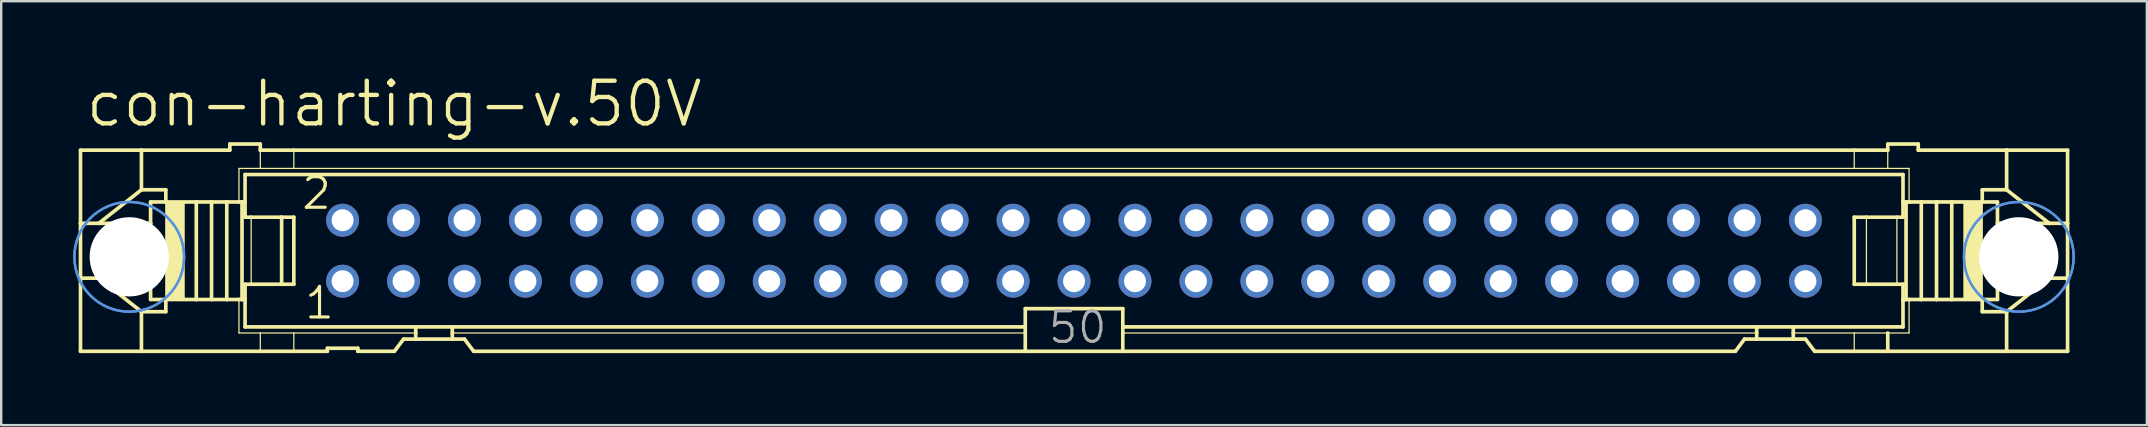
<source format=kicad_pcb>
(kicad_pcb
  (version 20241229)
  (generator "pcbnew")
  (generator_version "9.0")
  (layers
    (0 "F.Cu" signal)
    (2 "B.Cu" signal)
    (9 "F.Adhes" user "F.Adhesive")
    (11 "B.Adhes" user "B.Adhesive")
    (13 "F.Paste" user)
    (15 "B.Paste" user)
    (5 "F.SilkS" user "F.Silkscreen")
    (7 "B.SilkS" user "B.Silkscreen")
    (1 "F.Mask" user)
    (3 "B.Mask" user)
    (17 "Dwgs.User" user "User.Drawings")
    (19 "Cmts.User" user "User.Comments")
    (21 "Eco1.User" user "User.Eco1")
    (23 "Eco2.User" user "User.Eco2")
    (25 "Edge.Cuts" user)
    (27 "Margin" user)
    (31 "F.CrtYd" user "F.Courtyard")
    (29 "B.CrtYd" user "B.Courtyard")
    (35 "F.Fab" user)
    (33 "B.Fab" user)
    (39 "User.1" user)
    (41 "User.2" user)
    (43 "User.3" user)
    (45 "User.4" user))
  (footprint "con-harting-v.50V"
    (layer "F.Cu")
    (at 41.706 7.398)
    (property "Reference" "con-harting-v.50V" (at -41.275 -5.08 0) (layer "F.SilkS") (effects (font (size 1.778 1.778) (thickness 0.18)) (justify left bottom)))
    (attr through_hole)
    (fp_line (start -41.402 -4.191) (end -41.402 -1.143) (stroke (width 0.152) (type default)) (layer "F.SilkS"))
    (fp_line (start -41.402 -4.191) (end -38.862 -4.191) (stroke (width 0.152) (type default)) (layer "F.SilkS"))
    (fp_line (start -41.402 -1.143) (end -41.402 1.143) (stroke (width 0.152) (type default)) (layer "F.SilkS"))
    (fp_line (start -41.402 -1.143) (end -40.64 -1.143) (stroke (width 0.152) (type default)) (layer "F.SilkS"))
    (fp_line (start -41.402 1.143) (end -41.402 4.191) (stroke (width 0.152) (type default)) (layer "F.SilkS"))
    (fp_line (start -41.402 1.143) (end -40.64 1.143) (stroke (width 0.152) (type default)) (layer "F.SilkS"))
    (fp_line (start -40.64 -1.143) (end -38.481 -1.143) (stroke (width 0.152) (type default)) (layer "F.SilkS"))
    (fp_line (start -40.64 1.143) (end -38.481 1.143) (stroke (width 0.152) (type default)) (layer "F.SilkS"))
    (fp_line (start -38.862 -4.191) (end -38.862 -2.54) (stroke (width 0.152) (type default)) (layer "F.SilkS"))
    (fp_line (start -38.862 -2.54) (end -40.64 -1.143) (stroke (width 0.152) (type default)) (layer "F.SilkS"))
    (fp_line (start -38.862 2.54) (end -40.64 1.143) (stroke (width 0.152) (type default)) (layer "F.SilkS"))
    (fp_line (start -38.862 2.54) (end -38.862 4.191) (stroke (width 0.152) (type default)) (layer "F.SilkS"))
    (fp_line (start -38.862 4.191) (end -41.402 4.191) (stroke (width 0.152) (type default)) (layer "F.SilkS"))
    (fp_line (start -38.481 -1.143) (end -38.481 -2.032) (stroke (width 0.152) (type default)) (layer "F.SilkS"))
    (fp_line (start -38.481 1.143) (end -38.481 -1.143) (stroke (width 0.152) (type default)) (layer "F.SilkS"))
    (fp_line (start -38.481 2.032) (end -38.481 1.143) (stroke (width 0.152) (type default)) (layer "F.SilkS"))
    (fp_line (start -37.846 -2.54) (end -38.862 -2.54) (stroke (width 0.152) (type default)) (layer "F.SilkS"))
    (fp_line (start -37.846 -2.54) (end -37.846 -2.032) (stroke (width 0.152) (type default)) (layer "F.SilkS"))
    (fp_line (start -37.846 -2.032) (end -38.481 -2.032) (stroke (width 0.152) (type default)) (layer "F.SilkS"))
    (fp_line (start -37.846 2.032) (end -38.481 2.032) (stroke (width 0.152) (type default)) (layer "F.SilkS"))
    (fp_line (start -37.846 2.032) (end -37.846 2.54) (stroke (width 0.152) (type default)) (layer "F.SilkS"))
    (fp_line (start -37.846 2.54) (end -38.862 2.54) (stroke (width 0.152) (type default)) (layer "F.SilkS"))
    (fp_line (start -36.576 -2.032) (end -37.846 -2.032) (stroke (width 0.152) (type default)) (layer "F.SilkS"))
    (fp_line (start -36.576 2.032) (end -37.846 2.032) (stroke (width 0.152) (type default)) (layer "F.SilkS"))
    (fp_line (start -36.576 2.032) (end -36.576 -2.032) (stroke (width 0.152) (type default)) (layer "F.SilkS"))
    (fp_line (start -35.941 -2.032) (end -36.576 -2.032) (stroke (width 0.152) (type default)) (layer "F.SilkS"))
    (fp_line (start -35.941 2.032) (end -36.576 2.032) (stroke (width 0.152) (type default)) (layer "F.SilkS"))
    (fp_line (start -35.941 2.032) (end -35.941 -2.032) (stroke (width 0.152) (type default)) (layer "F.SilkS"))
    (fp_line (start -35.306 -2.032) (end -35.941 -2.032) (stroke (width 0.152) (type default)) (layer "F.SilkS"))
    (fp_line (start -35.306 2.032) (end -35.941 2.032) (stroke (width 0.152) (type default)) (layer "F.SilkS"))
    (fp_line (start -35.306 2.032) (end -35.306 -2.032) (stroke (width 0.152) (type default)) (layer "F.SilkS"))
    (fp_line (start -35.179 -4.445) (end -35.179 -4.191) (stroke (width 0.152) (type default)) (layer "F.SilkS"))
    (fp_line (start -35.179 -4.445) (end -33.909 -4.445) (stroke (width 0.152) (type default)) (layer "F.SilkS"))
    (fp_line (start -35.179 -4.191) (end -38.862 -4.191) (stroke (width 0.152) (type default)) (layer "F.SilkS"))
    (fp_line (start -34.798 -3.429) (end -34.798 -2.032) (stroke (width 0.051) (type default)) (layer "F.SilkS"))
    (fp_line (start -34.798 -2.032) (end -35.306 -2.032) (stroke (width 0.152) (type default)) (layer "F.SilkS"))
    (fp_line (start -34.798 2.032) (end -35.306 2.032) (stroke (width 0.152) (type default)) (layer "F.SilkS"))
    (fp_line (start -34.798 3.429) (end -34.798 2.032) (stroke (width 0.051) (type default)) (layer "F.SilkS"))
    (fp_line (start -34.671 -2.032) (end -34.798 -2.032) (stroke (width 0.152) (type default)) (layer "F.SilkS"))
    (fp_line (start -34.671 2.032) (end -34.798 2.032) (stroke (width 0.152) (type default)) (layer "F.SilkS"))
    (fp_line (start -34.671 2.032) (end -34.671 -2.032) (stroke (width 0.152) (type default)) (layer "F.SilkS"))
    (fp_line (start -34.544 -3.175) (end 34.544 -3.175) (stroke (width 0.152) (type default)) (layer "F.SilkS"))
    (fp_line (start -34.544 -2.032) (end -34.671 -2.032) (stroke (width 0.152) (type default)) (layer "F.SilkS"))
    (fp_line (start -34.544 -2.032) (end -34.544 -3.175) (stroke (width 0.152) (type default)) (layer "F.SilkS"))
    (fp_line (start -34.544 -1.397) (end -34.544 -2.032) (stroke (width 0.152) (type default)) (layer "F.SilkS"))
    (fp_line (start -34.544 -1.397) (end -34.29 -1.397) (stroke (width 0.152) (type default)) (layer "F.SilkS"))
    (fp_line (start -34.544 2.032) (end -34.671 2.032) (stroke (width 0.152) (type default)) (layer "F.SilkS"))
    (fp_line (start -34.544 2.032) (end -34.544 1.397) (stroke (width 0.152) (type default)) (layer "F.SilkS"))
    (fp_line (start -34.544 3.175) (end -34.544 2.032) (stroke (width 0.152) (type default)) (layer "F.SilkS"))
    (fp_line (start -34.29 -1.397) (end -33.02 -1.397) (stroke (width 0.152) (type default)) (layer "F.SilkS"))
    (fp_line (start -34.29 1.397) (end -34.544 1.397) (stroke (width 0.152) (type default)) (layer "F.SilkS"))
    (fp_line (start -34.29 1.397) (end -34.29 -1.397) (stroke (width 0.051) (type default)) (layer "F.SilkS"))
    (fp_line (start -33.909 -4.445) (end -33.909 -4.191) (stroke (width 0.152) (type default)) (layer "F.SilkS"))
    (fp_line (start -33.909 -3.429) (end -34.798 -3.429) (stroke (width 0.051) (type default)) (layer "F.SilkS"))
    (fp_line (start -33.909 -3.429) (end -33.909 -4.191) (stroke (width 0.051) (type default)) (layer "F.SilkS"))
    (fp_line (start -33.909 -3.429) (end -32.512 -3.429) (stroke (width 0.051) (type default)) (layer "F.SilkS"))
    (fp_line (start -33.909 3.429) (end -34.798 3.429) (stroke (width 0.051) (type default)) (layer "F.SilkS"))
    (fp_line (start -33.909 4.191) (end -38.862 4.191) (stroke (width 0.152) (type default)) (layer "F.SilkS"))
    (fp_line (start -33.909 4.191) (end -33.909 3.429) (stroke (width 0.051) (type default)) (layer "F.SilkS"))
    (fp_line (start -33.02 -1.397) (end -32.512 -1.397) (stroke (width 0.152) (type default)) (layer "F.SilkS"))
    (fp_line (start -33.02 1.397) (end -34.29 1.397) (stroke (width 0.152) (type default)) (layer "F.SilkS"))
    (fp_line (start -33.02 1.397) (end -33.02 -1.397) (stroke (width 0.152) (type default)) (layer "F.SilkS"))
    (fp_line (start -32.512 -4.191) (end -33.909 -4.191) (stroke (width 0.152) (type default)) (layer "F.SilkS"))
    (fp_line (start -32.512 -4.191) (end 32.512 -4.191) (stroke (width 0.152) (type default)) (layer "F.SilkS"))
    (fp_line (start -32.512 -3.429) (end -32.512 -4.191) (stroke (width 0.051) (type default)) (layer "F.SilkS"))
    (fp_line (start -32.512 -3.429) (end 32.512 -3.429) (stroke (width 0.051) (type default)) (layer "F.SilkS"))
    (fp_line (start -32.512 1.397) (end -33.02 1.397) (stroke (width 0.152) (type default)) (layer "F.SilkS"))
    (fp_line (start -32.512 1.397) (end -32.512 -1.397) (stroke (width 0.152) (type default)) (layer "F.SilkS"))
    (fp_line (start -32.512 3.429) (end -33.909 3.429) (stroke (width 0.051) (type default)) (layer "F.SilkS"))
    (fp_line (start -32.512 4.191) (end -33.909 4.191) (stroke (width 0.152) (type default)) (layer "F.SilkS"))
    (fp_line (start -32.512 4.191) (end -32.512 3.429) (stroke (width 0.051) (type default)) (layer "F.SilkS"))
    (fp_line (start -31.115 4.191) (end -32.512 4.191) (stroke (width 0.152) (type default)) (layer "F.SilkS"))
    (fp_line (start -31.115 4.191) (end -31.115 4.064) (stroke (width 0.152) (type default)) (layer "F.SilkS"))
    (fp_line (start -29.845 4.064) (end -31.115 4.064) (stroke (width 0.152) (type default)) (layer "F.SilkS"))
    (fp_line (start -29.845 4.064) (end -29.845 4.191) (stroke (width 0.152) (type default)) (layer "F.SilkS"))
    (fp_line (start -28.321 4.191) (end -29.845 4.191) (stroke (width 0.152) (type default)) (layer "F.SilkS"))
    (fp_line (start -28.321 4.191) (end -27.94 3.683) (stroke (width 0.152) (type default)) (layer "F.SilkS"))
    (fp_line (start -27.432 3.175) (end -34.544 3.175) (stroke (width 0.152) (type default)) (layer "F.SilkS"))
    (fp_line (start -27.432 3.175) (end -27.432 3.429) (stroke (width 0.152) (type default)) (layer "F.SilkS"))
    (fp_line (start -27.432 3.429) (end -32.512 3.429) (stroke (width 0.051) (type default)) (layer "F.SilkS"))
    (fp_line (start -27.432 3.429) (end -27.432 3.683) (stroke (width 0.152) (type default)) (layer "F.SilkS"))
    (fp_line (start -27.432 3.683) (end -27.94 3.683) (stroke (width 0.152) (type default)) (layer "F.SilkS"))
    (fp_line (start -25.908 3.175) (end -27.432 3.175) (stroke (width 0.152) (type default)) (layer "F.SilkS"))
    (fp_line (start -25.908 3.175) (end -25.908 3.429) (stroke (width 0.152) (type default)) (layer "F.SilkS"))
    (fp_line (start -25.908 3.429) (end -25.908 3.683) (stroke (width 0.152) (type default)) (layer "F.SilkS"))
    (fp_line (start -25.908 3.683) (end -27.432 3.683) (stroke (width 0.152) (type default)) (layer "F.SilkS"))
    (fp_line (start -25.4 3.683) (end -25.908 3.683) (stroke (width 0.152) (type default)) (layer "F.SilkS"))
    (fp_line (start -25.4 3.683) (end -25.019 4.191) (stroke (width 0.152) (type default)) (layer "F.SilkS"))
    (fp_line (start -2.032 3.175) (end -25.908 3.175) (stroke (width 0.152) (type default)) (layer "F.SilkS"))
    (fp_line (start -2.032 3.175) (end -2.032 2.413) (stroke (width 0.152) (type default)) (layer "F.SilkS"))
    (fp_line (start -2.032 3.175) (end -2.032 3.429) (stroke (width 0.152) (type default)) (layer "F.SilkS"))
    (fp_line (start -2.032 3.429) (end -25.908 3.429) (stroke (width 0.051) (type default)) (layer "F.SilkS"))
    (fp_line (start -2.032 3.429) (end -2.032 4.191) (stroke (width 0.152) (type default)) (layer "F.SilkS"))
    (fp_line (start -2.032 4.191) (end -25.019 4.191) (stroke (width 0.152) (type default)) (layer "F.SilkS"))
    (fp_line (start 2.032 2.413) (end -2.032 2.413) (stroke (width 0.152) (type default)) (layer "F.SilkS"))
    (fp_line (start 2.032 2.413) (end 2.032 3.175) (stroke (width 0.152) (type default)) (layer "F.SilkS"))
    (fp_line (start 2.032 3.175) (end 2.032 3.429) (stroke (width 0.152) (type default)) (layer "F.SilkS"))
    (fp_line (start 2.032 3.429) (end 2.032 4.191) (stroke (width 0.152) (type default)) (layer "F.SilkS"))
    (fp_line (start 2.032 4.191) (end -2.032 4.191) (stroke (width 0.152) (type default)) (layer "F.SilkS"))
    (fp_line (start 27.559 4.191) (end 2.032 4.191) (stroke (width 0.152) (type default)) (layer "F.SilkS"))
    (fp_line (start 27.559 4.191) (end 27.94 3.683) (stroke (width 0.152) (type default)) (layer "F.SilkS"))
    (fp_line (start 28.448 3.175) (end 2.032 3.175) (stroke (width 0.152) (type default)) (layer "F.SilkS"))
    (fp_line (start 28.448 3.175) (end 28.448 3.429) (stroke (width 0.152) (type default)) (layer "F.SilkS"))
    (fp_line (start 28.448 3.429) (end 2.032 3.429) (stroke (width 0.051) (type default)) (layer "F.SilkS"))
    (fp_line (start 28.448 3.429) (end 28.448 3.683) (stroke (width 0.152) (type default)) (layer "F.SilkS"))
    (fp_line (start 28.448 3.683) (end 27.94 3.683) (stroke (width 0.152) (type default)) (layer "F.SilkS"))
    (fp_line (start 29.972 3.175) (end 28.448 3.175) (stroke (width 0.152) (type default)) (layer "F.SilkS"))
    (fp_line (start 29.972 3.175) (end 29.972 3.429) (stroke (width 0.152) (type default)) (layer "F.SilkS"))
    (fp_line (start 29.972 3.429) (end 29.972 3.683) (stroke (width 0.152) (type default)) (layer "F.SilkS"))
    (fp_line (start 29.972 3.429) (end 32.512 3.429) (stroke (width 0.051) (type default)) (layer "F.SilkS"))
    (fp_line (start 29.972 3.683) (end 28.448 3.683) (stroke (width 0.152) (type default)) (layer "F.SilkS"))
    (fp_line (start 30.48 3.683) (end 29.972 3.683) (stroke (width 0.152) (type default)) (layer "F.SilkS"))
    (fp_line (start 30.48 3.683) (end 30.861 4.191) (stroke (width 0.152) (type default)) (layer "F.SilkS"))
    (fp_line (start 32.512 -4.191) (end 32.512 -3.429) (stroke (width 0.051) (type default)) (layer "F.SilkS"))
    (fp_line (start 32.512 -4.191) (end 33.909 -4.191) (stroke (width 0.152) (type default)) (layer "F.SilkS"))
    (fp_line (start 32.512 -1.397) (end 32.512 1.397) (stroke (width 0.152) (type default)) (layer "F.SilkS"))
    (fp_line (start 32.512 -1.397) (end 33.02 -1.397) (stroke (width 0.152) (type default)) (layer "F.SilkS"))
    (fp_line (start 32.512 3.429) (end 32.512 4.191) (stroke (width 0.051) (type default)) (layer "F.SilkS"))
    (fp_line (start 32.512 3.429) (end 33.909 3.429) (stroke (width 0.051) (type default)) (layer "F.SilkS"))
    (fp_line (start 32.512 4.191) (end 30.861 4.191) (stroke (width 0.152) (type default)) (layer "F.SilkS"))
    (fp_line (start 33.02 -1.397) (end 33.02 1.397) (stroke (width 0.051) (type default)) (layer "F.SilkS"))
    (fp_line (start 33.02 -1.397) (end 34.29 -1.397) (stroke (width 0.152) (type default)) (layer "F.SilkS"))
    (fp_line (start 33.02 1.397) (end 32.512 1.397) (stroke (width 0.152) (type default)) (layer "F.SilkS"))
    (fp_line (start 33.909 -4.191) (end 33.909 -4.445) (stroke (width 0.152) (type default)) (layer "F.SilkS"))
    (fp_line (start 33.909 -4.191) (end 33.909 -3.429) (stroke (width 0.051) (type default)) (layer "F.SilkS"))
    (fp_line (start 33.909 -3.429) (end 32.512 -3.429) (stroke (width 0.051) (type default)) (layer "F.SilkS"))
    (fp_line (start 33.909 -3.429) (end 34.798 -3.429) (stroke (width 0.051) (type default)) (layer "F.SilkS"))
    (fp_line (start 33.909 3.429) (end 33.909 4.191) (stroke (width 0.152) (type default)) (layer "F.SilkS"))
    (fp_line (start 33.909 3.429) (end 34.798 3.429) (stroke (width 0.051) (type default)) (layer "F.SilkS"))
    (fp_line (start 33.909 4.191) (end 32.512 4.191) (stroke (width 0.152) (type default)) (layer "F.SilkS"))
    (fp_line (start 34.29 -1.397) (end 34.29 1.397) (stroke (width 0.051) (type default)) (layer "F.SilkS"))
    (fp_line (start 34.29 -1.397) (end 34.544 -1.397) (stroke (width 0.152) (type default)) (layer "F.SilkS"))
    (fp_line (start 34.29 1.397) (end 33.02 1.397) (stroke (width 0.152) (type default)) (layer "F.SilkS"))
    (fp_line (start 34.544 -3.175) (end 34.544 -2.032) (stroke (width 0.152) (type default)) (layer "F.SilkS"))
    (fp_line (start 34.544 -2.032) (end 34.544 -1.397) (stroke (width 0.152) (type default)) (layer "F.SilkS"))
    (fp_line (start 34.544 -2.032) (end 34.671 -2.032) (stroke (width 0.152) (type default)) (layer "F.SilkS"))
    (fp_line (start 34.544 1.397) (end 34.29 1.397) (stroke (width 0.152) (type default)) (layer "F.SilkS"))
    (fp_line (start 34.544 1.397) (end 34.544 2.032) (stroke (width 0.152) (type default)) (layer "F.SilkS"))
    (fp_line (start 34.544 2.032) (end 34.544 3.175) (stroke (width 0.152) (type default)) (layer "F.SilkS"))
    (fp_line (start 34.544 2.032) (end 34.671 2.032) (stroke (width 0.152) (type default)) (layer "F.SilkS"))
    (fp_line (start 34.544 3.175) (end 29.972 3.175) (stroke (width 0.152) (type default)) (layer "F.SilkS"))
    (fp_line (start 34.671 -2.032) (end 34.671 2.032) (stroke (width 0.152) (type default)) (layer "F.SilkS"))
    (fp_line (start 34.671 -2.032) (end 34.798 -2.032) (stroke (width 0.152) (type default)) (layer "F.SilkS"))
    (fp_line (start 34.671 2.032) (end 34.798 2.032) (stroke (width 0.152) (type default)) (layer "F.SilkS"))
    (fp_line (start 34.798 -3.429) (end 34.798 -2.032) (stroke (width 0.051) (type default)) (layer "F.SilkS"))
    (fp_line (start 34.798 -2.032) (end 35.306 -2.032) (stroke (width 0.152) (type default)) (layer "F.SilkS"))
    (fp_line (start 34.798 2.032) (end 35.306 2.032) (stroke (width 0.152) (type default)) (layer "F.SilkS"))
    (fp_line (start 34.798 3.429) (end 34.798 2.032) (stroke (width 0.051) (type default)) (layer "F.SilkS"))
    (fp_line (start 35.179 -4.445) (end 33.909 -4.445) (stroke (width 0.152) (type default)) (layer "F.SilkS"))
    (fp_line (start 35.179 -4.191) (end 35.179 -4.445) (stroke (width 0.152) (type default)) (layer "F.SilkS"))
    (fp_line (start 35.179 -4.191) (end 38.862 -4.191) (stroke (width 0.152) (type default)) (layer "F.SilkS"))
    (fp_line (start 35.306 -2.032) (end 35.306 2.032) (stroke (width 0.152) (type default)) (layer "F.SilkS"))
    (fp_line (start 35.306 -2.032) (end 35.941 -2.032) (stroke (width 0.152) (type default)) (layer "F.SilkS"))
    (fp_line (start 35.306 2.032) (end 35.941 2.032) (stroke (width 0.152) (type default)) (layer "F.SilkS"))
    (fp_line (start 35.941 -2.032) (end 35.941 2.032) (stroke (width 0.152) (type default)) (layer "F.SilkS"))
    (fp_line (start 35.941 -2.032) (end 36.576 -2.032) (stroke (width 0.152) (type default)) (layer "F.SilkS"))
    (fp_line (start 35.941 2.032) (end 36.576 2.032) (stroke (width 0.152) (type default)) (layer "F.SilkS"))
    (fp_line (start 36.576 -2.032) (end 36.576 2.032) (stroke (width 0.152) (type default)) (layer "F.SilkS"))
    (fp_line (start 36.576 -2.032) (end 37.846 -2.032) (stroke (width 0.152) (type default)) (layer "F.SilkS"))
    (fp_line (start 36.576 2.032) (end 37.846 2.032) (stroke (width 0.152) (type default)) (layer "F.SilkS"))
    (fp_line (start 37.846 -2.54) (end 38.862 -2.54) (stroke (width 0.152) (type default)) (layer "F.SilkS"))
    (fp_line (start 37.846 -2.032) (end 37.846 -2.54) (stroke (width 0.152) (type default)) (layer "F.SilkS"))
    (fp_line (start 37.846 -2.032) (end 38.481 -2.032) (stroke (width 0.152) (type default)) (layer "F.SilkS"))
    (fp_line (start 37.846 2.032) (end 38.481 2.032) (stroke (width 0.152) (type default)) (layer "F.SilkS"))
    (fp_line (start 37.846 2.54) (end 37.846 2.032) (stroke (width 0.152) (type default)) (layer "F.SilkS"))
    (fp_line (start 37.846 2.54) (end 38.862 2.54) (stroke (width 0.152) (type default)) (layer "F.SilkS"))
    (fp_line (start 38.481 -2.032) (end 38.481 -1.143) (stroke (width 0.152) (type default)) (layer "F.SilkS"))
    (fp_line (start 38.481 -1.143) (end 38.481 1.143) (stroke (width 0.152) (type default)) (layer "F.SilkS"))
    (fp_line (start 38.481 1.143) (end 38.481 2.032) (stroke (width 0.152) (type default)) (layer "F.SilkS"))
    (fp_line (start 38.862 -4.191) (end 41.402 -4.191) (stroke (width 0.152) (type default)) (layer "F.SilkS"))
    (fp_line (start 38.862 -2.54) (end 38.862 -4.191) (stroke (width 0.152) (type default)) (layer "F.SilkS"))
    (fp_line (start 38.862 -2.54) (end 40.64 -1.143) (stroke (width 0.152) (type default)) (layer "F.SilkS"))
    (fp_line (start 38.862 2.54) (end 40.64 1.143) (stroke (width 0.152) (type default)) (layer "F.SilkS"))
    (fp_line (start 38.862 4.191) (end 33.909 4.191) (stroke (width 0.152) (type default)) (layer "F.SilkS"))
    (fp_line (start 38.862 4.191) (end 38.862 2.54) (stroke (width 0.152) (type default)) (layer "F.SilkS"))
    (fp_line (start 40.64 -1.143) (end 38.481 -1.143) (stroke (width 0.152) (type default)) (layer "F.SilkS"))
    (fp_line (start 40.64 1.143) (end 38.481 1.143) (stroke (width 0.152) (type default)) (layer "F.SilkS"))
    (fp_line (start 41.402 -1.143) (end 40.64 -1.143) (stroke (width 0.152) (type default)) (layer "F.SilkS"))
    (fp_line (start 41.402 -1.143) (end 41.402 -4.191) (stroke (width 0.152) (type default)) (layer "F.SilkS"))
    (fp_line (start 41.402 1.143) (end 40.64 1.143) (stroke (width 0.152) (type default)) (layer "F.SilkS"))
    (fp_line (start 41.402 1.143) (end 41.402 -1.143) (stroke (width 0.152) (type default)) (layer "F.SilkS"))
    (fp_line (start 41.402 4.191) (end 38.862 4.191) (stroke (width 0.152) (type default)) (layer "F.SilkS"))
    (fp_line (start 41.402 4.191) (end 41.402 1.143) (stroke (width 0.152) (type default)) (layer "F.SilkS"))
    (fp_rect (start -37.846 2.032) (end -37.084 -2.032) (stroke (width 0.05) (type default)) (fill yes) (layer "F.SilkS"))
    (fp_rect (start 37.084 2.032) (end 37.846 -2.032) (stroke (width 0.05) (type default)) (fill yes) (layer "F.SilkS"))
    (fp_circle (center -39.37 0.254) (end -37.084 0.254) (stroke (width 0.1) (type default)) (fill no) (layer "Cmts.User"))
    (fp_circle (center -39.37 0.254) (end -37.084 0.254) (stroke (width 0.1) (type default)) (fill no) (layer "Cmts.User"))
    (fp_circle (center 39.37 0.254) (end 41.656 0.254) (stroke (width 0.1) (type default)) (fill no) (layer "Cmts.User"))
    (fp_circle (center 39.37 0.254) (end 41.656 0.254) (stroke (width 0.1) (type default)) (fill no) (layer "Cmts.User"))
    (fp_rect (start -40.64 0.381) (end -38.862 -0.381) (stroke (width 0.05) (type default)) (fill no) (layer "F.Fab"))
    (fp_rect (start -30.734 -1.016) (end -30.226 -1.524) (stroke (width 0.05) (type default)) (fill no) (layer "F.Fab"))
    (fp_rect (start -30.734 1.524) (end -30.226 1.016) (stroke (width 0.05) (type default)) (fill no) (layer "F.Fab"))
    (fp_rect (start -28.194 -1.016) (end -27.686 -1.524) (stroke (width 0.05) (type default)) (fill no) (layer "F.Fab"))
    (fp_rect (start -28.194 1.524) (end -27.686 1.016) (stroke (width 0.05) (type default)) (fill no) (layer "F.Fab"))
    (fp_rect (start -25.654 -1.016) (end -25.146 -1.524) (stroke (width 0.05) (type default)) (fill no) (layer "F.Fab"))
    (fp_rect (start -25.654 1.524) (end -25.146 1.016) (stroke (width 0.05) (type default)) (fill no) (layer "F.Fab"))
    (fp_rect (start -23.114 -1.016) (end -22.606 -1.524) (stroke (width 0.05) (type default)) (fill no) (layer "F.Fab"))
    (fp_rect (start -23.114 1.524) (end -22.606 1.016) (stroke (width 0.05) (type default)) (fill no) (layer "F.Fab"))
    (fp_rect (start -20.574 -1.016) (end -20.066 -1.524) (stroke (width 0.05) (type default)) (fill no) (layer "F.Fab"))
    (fp_rect (start -20.574 1.524) (end -20.066 1.016) (stroke (width 0.05) (type default)) (fill no) (layer "F.Fab"))
    (fp_rect (start -18.034 -1.016) (end -17.526 -1.524) (stroke (width 0.05) (type default)) (fill no) (layer "F.Fab"))
    (fp_rect (start -18.034 1.524) (end -17.526 1.016) (stroke (width 0.05) (type default)) (fill no) (layer "F.Fab"))
    (fp_rect (start -15.494 -1.016) (end -14.986 -1.524) (stroke (width 0.05) (type default)) (fill no) (layer "F.Fab"))
    (fp_rect (start -15.494 1.524) (end -14.986 1.016) (stroke (width 0.05) (type default)) (fill no) (layer "F.Fab"))
    (fp_rect (start -12.954 -1.016) (end -12.446 -1.524) (stroke (width 0.05) (type default)) (fill no) (layer "F.Fab"))
    (fp_rect (start -12.954 1.524) (end -12.446 1.016) (stroke (width 0.05) (type default)) (fill no) (layer "F.Fab"))
    (fp_rect (start -10.414 -1.016) (end -9.906 -1.524) (stroke (width 0.05) (type default)) (fill no) (layer "F.Fab"))
    (fp_rect (start -10.414 1.524) (end -9.906 1.016) (stroke (width 0.05) (type default)) (fill no) (layer "F.Fab"))
    (fp_rect (start -7.874 -1.016) (end -7.366 -1.524) (stroke (width 0.05) (type default)) (fill no) (layer "F.Fab"))
    (fp_rect (start -7.874 1.524) (end -7.366 1.016) (stroke (width 0.05) (type default)) (fill no) (layer "F.Fab"))
    (fp_rect (start -5.334 -1.016) (end -4.826 -1.524) (stroke (width 0.05) (type default)) (fill no) (layer "F.Fab"))
    (fp_rect (start -5.334 1.524) (end -4.826 1.016) (stroke (width 0.05) (type default)) (fill no) (layer "F.Fab"))
    (fp_rect (start -2.794 -1.016) (end -2.286 -1.524) (stroke (width 0.05) (type default)) (fill no) (layer "F.Fab"))
    (fp_rect (start -2.794 1.524) (end -2.286 1.016) (stroke (width 0.05) (type default)) (fill no) (layer "F.Fab"))
    (fp_rect (start -0.254 -1.016) (end 0.254 -1.524) (stroke (width 0.05) (type default)) (fill no) (layer "F.Fab"))
    (fp_rect (start -0.254 1.524) (end 0.254 1.016) (stroke (width 0.05) (type default)) (fill no) (layer "F.Fab"))
    (fp_rect (start 2.286 -1.016) (end 2.794 -1.524) (stroke (width 0.05) (type default)) (fill no) (layer "F.Fab"))
    (fp_rect (start 2.286 1.524) (end 2.794 1.016) (stroke (width 0.05) (type default)) (fill no) (layer "F.Fab"))
    (fp_rect (start 4.826 -1.016) (end 5.334 -1.524) (stroke (width 0.05) (type default)) (fill no) (layer "F.Fab"))
    (fp_rect (start 4.826 1.524) (end 5.334 1.016) (stroke (width 0.05) (type default)) (fill no) (layer "F.Fab"))
    (fp_rect (start 7.366 -1.016) (end 7.874 -1.524) (stroke (width 0.05) (type default)) (fill no) (layer "F.Fab"))
    (fp_rect (start 7.366 1.524) (end 7.874 1.016) (stroke (width 0.05) (type default)) (fill no) (layer "F.Fab"))
    (fp_rect (start 9.906 -1.016) (end 10.414 -1.524) (stroke (width 0.05) (type default)) (fill no) (layer "F.Fab"))
    (fp_rect (start 9.906 1.524) (end 10.414 1.016) (stroke (width 0.05) (type default)) (fill no) (layer "F.Fab"))
    (fp_rect (start 12.446 -1.016) (end 12.954 -1.524) (stroke (width 0.05) (type default)) (fill no) (layer "F.Fab"))
    (fp_rect (start 12.446 1.524) (end 12.954 1.016) (stroke (width 0.05) (type default)) (fill no) (layer "F.Fab"))
    (fp_rect (start 14.986 -1.016) (end 15.494 -1.524) (stroke (width 0.05) (type default)) (fill no) (layer "F.Fab"))
    (fp_rect (start 14.986 1.524) (end 15.494 1.016) (stroke (width 0.05) (type default)) (fill no) (layer "F.Fab"))
    (fp_rect (start 17.526 -1.016) (end 18.034 -1.524) (stroke (width 0.05) (type default)) (fill no) (layer "F.Fab"))
    (fp_rect (start 17.526 1.524) (end 18.034 1.016) (stroke (width 0.05) (type default)) (fill no) (layer "F.Fab"))
    (fp_rect (start 20.066 -1.016) (end 20.574 -1.524) (stroke (width 0.05) (type default)) (fill no) (layer "F.Fab"))
    (fp_rect (start 20.066 1.524) (end 20.574 1.016) (stroke (width 0.05) (type default)) (fill no) (layer "F.Fab"))
    (fp_rect (start 22.606 -1.016) (end 23.114 -1.524) (stroke (width 0.05) (type default)) (fill no) (layer "F.Fab"))
    (fp_rect (start 22.606 1.524) (end 23.114 1.016) (stroke (width 0.05) (type default)) (fill no) (layer "F.Fab"))
    (fp_rect (start 25.146 -1.016) (end 25.654 -1.524) (stroke (width 0.05) (type default)) (fill no) (layer "F.Fab"))
    (fp_rect (start 25.146 1.524) (end 25.654 1.016) (stroke (width 0.05) (type default)) (fill no) (layer "F.Fab"))
    (fp_rect (start 27.686 -1.016) (end 28.194 -1.524) (stroke (width 0.05) (type default)) (fill no) (layer "F.Fab"))
    (fp_rect (start 27.686 1.524) (end 28.194 1.016) (stroke (width 0.05) (type default)) (fill no) (layer "F.Fab"))
    (fp_rect (start 30.226 -1.016) (end 30.734 -1.524) (stroke (width 0.05) (type default)) (fill no) (layer "F.Fab"))
    (fp_rect (start 30.226 1.524) (end 30.734 1.016) (stroke (width 0.05) (type default)) (fill no) (layer "F.Fab"))
    (fp_rect (start 38.862 0.381) (end 40.64 -0.381) (stroke (width 0.05) (type default)) (fill no) (layer "F.Fab"))
    (fp_text user "2" (at -32.258 -1.651 0) (layer "F.SilkS") (effects (font (size 1.27 1.27) (thickness 0.13)) (justify left bottom)))
    (fp_text user "1" (at -32.131 2.921 0) (layer "F.SilkS") (effects (font (size 1.27 1.27) (thickness 0.13)) (justify left bottom)))
    (fp_text user "50" (at -1.143 3.937 0) (layer "F.Fab") (effects (font (size 1.27 1.27) (thickness 0.13)) (justify left bottom)))
    (pad "" np_thru_hole circle (at -39.37 0.254) (size 3.302 3.302) (drill 3.302) (layers "*.Cu" "*.Mask"))
    (pad "" np_thru_hole circle (at 39.37 0.254) (size 3.302 3.302) (drill 3.302) (layers "*.Cu" "*.Mask"))
    (pad "1" thru_hole circle (at -30.48 1.27) (size 1.372 1.372) (drill 0.914) (layers "*.Cu" "*.Mask"))
    (pad "2" thru_hole circle (at -30.48 -1.27) (size 1.372 1.372) (drill 0.914) (layers "*.Cu" "*.Mask"))
    (pad "3" thru_hole circle (at -27.94 1.27) (size 1.372 1.372) (drill 0.914) (layers "*.Cu" "*.Mask"))
    (pad "4" thru_hole circle (at -27.94 -1.27) (size 1.372 1.372) (drill 0.914) (layers "*.Cu" "*.Mask"))
    (pad "5" thru_hole circle (at -25.4 1.27) (size 1.372 1.372) (drill 0.914) (layers "*.Cu" "*.Mask"))
    (pad "6" thru_hole circle (at -25.4 -1.27) (size 1.372 1.372) (drill 0.914) (layers "*.Cu" "*.Mask"))
    (pad "7" thru_hole circle (at -22.86 1.27) (size 1.372 1.372) (drill 0.914) (layers "*.Cu" "*.Mask"))
    (pad "8" thru_hole circle (at -22.86 -1.27) (size 1.372 1.372) (drill 0.914) (layers "*.Cu" "*.Mask"))
    (pad "9" thru_hole circle (at -20.32 1.27) (size 1.372 1.372) (drill 0.914) (layers "*.Cu" "*.Mask"))
    (pad "10" thru_hole circle (at -20.32 -1.27) (size 1.372 1.372) (drill 0.914) (layers "*.Cu" "*.Mask"))
    (pad "11" thru_hole circle (at -17.78 1.27) (size 1.372 1.372) (drill 0.914) (layers "*.Cu" "*.Mask"))
    (pad "12" thru_hole circle (at -17.78 -1.27) (size 1.372 1.372) (drill 0.914) (layers "*.Cu" "*.Mask"))
    (pad "13" thru_hole circle (at -15.24 1.27) (size 1.372 1.372) (drill 0.914) (layers "*.Cu" "*.Mask"))
    (pad "14" thru_hole circle (at -15.24 -1.27) (size 1.372 1.372) (drill 0.914) (layers "*.Cu" "*.Mask"))
    (pad "15" thru_hole circle (at -12.7 1.27) (size 1.372 1.372) (drill 0.914) (layers "*.Cu" "*.Mask"))
    (pad "16" thru_hole circle (at -12.7 -1.27) (size 1.372 1.372) (drill 0.914) (layers "*.Cu" "*.Mask"))
    (pad "17" thru_hole circle (at -10.16 1.27) (size 1.372 1.372) (drill 0.914) (layers "*.Cu" "*.Mask"))
    (pad "18" thru_hole circle (at -10.16 -1.27) (size 1.372 1.372) (drill 0.914) (layers "*.Cu" "*.Mask"))
    (pad "19" thru_hole circle (at -7.62 1.27) (size 1.372 1.372) (drill 0.914) (layers "*.Cu" "*.Mask"))
    (pad "20" thru_hole circle (at -7.62 -1.27) (size 1.372 1.372) (drill 0.914) (layers "*.Cu" "*.Mask"))
    (pad "21" thru_hole circle (at -5.08 1.27) (size 1.372 1.372) (drill 0.914) (layers "*.Cu" "*.Mask"))
    (pad "22" thru_hole circle (at -5.08 -1.27) (size 1.372 1.372) (drill 0.914) (layers "*.Cu" "*.Mask"))
    (pad "23" thru_hole circle (at -2.54 1.27) (size 1.372 1.372) (drill 0.914) (layers "*.Cu" "*.Mask"))
    (pad "24" thru_hole circle (at -2.54 -1.27) (size 1.372 1.372) (drill 0.914) (layers "*.Cu" "*.Mask"))
    (pad "25" thru_hole circle (at 0 1.27) (size 1.372 1.372) (drill 0.914) (layers "*.Cu" "*.Mask"))
    (pad "26" thru_hole circle (at 0 -1.27) (size 1.372 1.372) (drill 0.914) (layers "*.Cu" "*.Mask"))
    (pad "27" thru_hole circle (at 2.54 1.27) (size 1.372 1.372) (drill 0.914) (layers "*.Cu" "*.Mask"))
    (pad "28" thru_hole circle (at 2.54 -1.27) (size 1.372 1.372) (drill 0.914) (layers "*.Cu" "*.Mask"))
    (pad "29" thru_hole circle (at 5.08 1.27) (size 1.372 1.372) (drill 0.914) (layers "*.Cu" "*.Mask"))
    (pad "30" thru_hole circle (at 5.08 -1.27) (size 1.372 1.372) (drill 0.914) (layers "*.Cu" "*.Mask"))
    (pad "31" thru_hole circle (at 7.62 1.27) (size 1.372 1.372) (drill 0.914) (layers "*.Cu" "*.Mask"))
    (pad "32" thru_hole circle (at 7.62 -1.27) (size 1.372 1.372) (drill 0.914) (layers "*.Cu" "*.Mask"))
    (pad "33" thru_hole circle (at 10.16 1.27) (size 1.372 1.372) (drill 0.914) (layers "*.Cu" "*.Mask"))
    (pad "34" thru_hole circle (at 10.16 -1.27) (size 1.372 1.372) (drill 0.914) (layers "*.Cu" "*.Mask"))
    (pad "35" thru_hole circle (at 12.7 1.27) (size 1.372 1.372) (drill 0.914) (layers "*.Cu" "*.Mask"))
    (pad "36" thru_hole circle (at 12.7 -1.27) (size 1.372 1.372) (drill 0.914) (layers "*.Cu" "*.Mask"))
    (pad "37" thru_hole circle (at 15.24 1.27) (size 1.372 1.372) (drill 0.914) (layers "*.Cu" "*.Mask"))
    (pad "38" thru_hole circle (at 15.24 -1.27) (size 1.372 1.372) (drill 0.914) (layers "*.Cu" "*.Mask"))
    (pad "39" thru_hole circle (at 17.78 1.27) (size 1.372 1.372) (drill 0.914) (layers "*.Cu" "*.Mask"))
    (pad "40" thru_hole circle (at 17.78 -1.27) (size 1.372 1.372) (drill 0.914) (layers "*.Cu" "*.Mask"))
    (pad "41" thru_hole circle (at 20.32 1.27) (size 1.372 1.372) (drill 0.914) (layers "*.Cu" "*.Mask"))
    (pad "42" thru_hole circle (at 20.32 -1.27) (size 1.372 1.372) (drill 0.914) (layers "*.Cu" "*.Mask"))
    (pad "43" thru_hole circle (at 22.86 1.27) (size 1.372 1.372) (drill 0.914) (layers "*.Cu" "*.Mask"))
    (pad "44" thru_hole circle (at 22.86 -1.27) (size 1.372 1.372) (drill 0.914) (layers "*.Cu" "*.Mask"))
    (pad "45" thru_hole circle (at 25.4 1.27) (size 1.372 1.372) (drill 0.914) (layers "*.Cu" "*.Mask"))
    (pad "46" thru_hole circle (at 25.4 -1.27) (size 1.372 1.372) (drill 0.914) (layers "*.Cu" "*.Mask"))
    (pad "47" thru_hole circle (at 27.94 1.27) (size 1.372 1.372) (drill 0.914) (layers "*.Cu" "*.Mask"))
    (pad "48" thru_hole circle (at 27.94 -1.27) (size 1.372 1.372) (drill 0.914) (layers "*.Cu" "*.Mask"))
    (pad "49" thru_hole circle (at 30.48 1.27) (size 1.372 1.372) (drill 0.914) (layers "*.Cu" "*.Mask"))
    (pad "50" thru_hole circle (at 30.48 -1.27) (size 1.372 1.372) (drill 0.914) (layers "*.Cu" "*.Mask")))
  (gr_rect
    (start -3 -3)
    (end 86.412 14.665)
    (stroke (width 0.1) (type default))
    (fill no)
    (layer "Edge.Cuts")))
</source>
